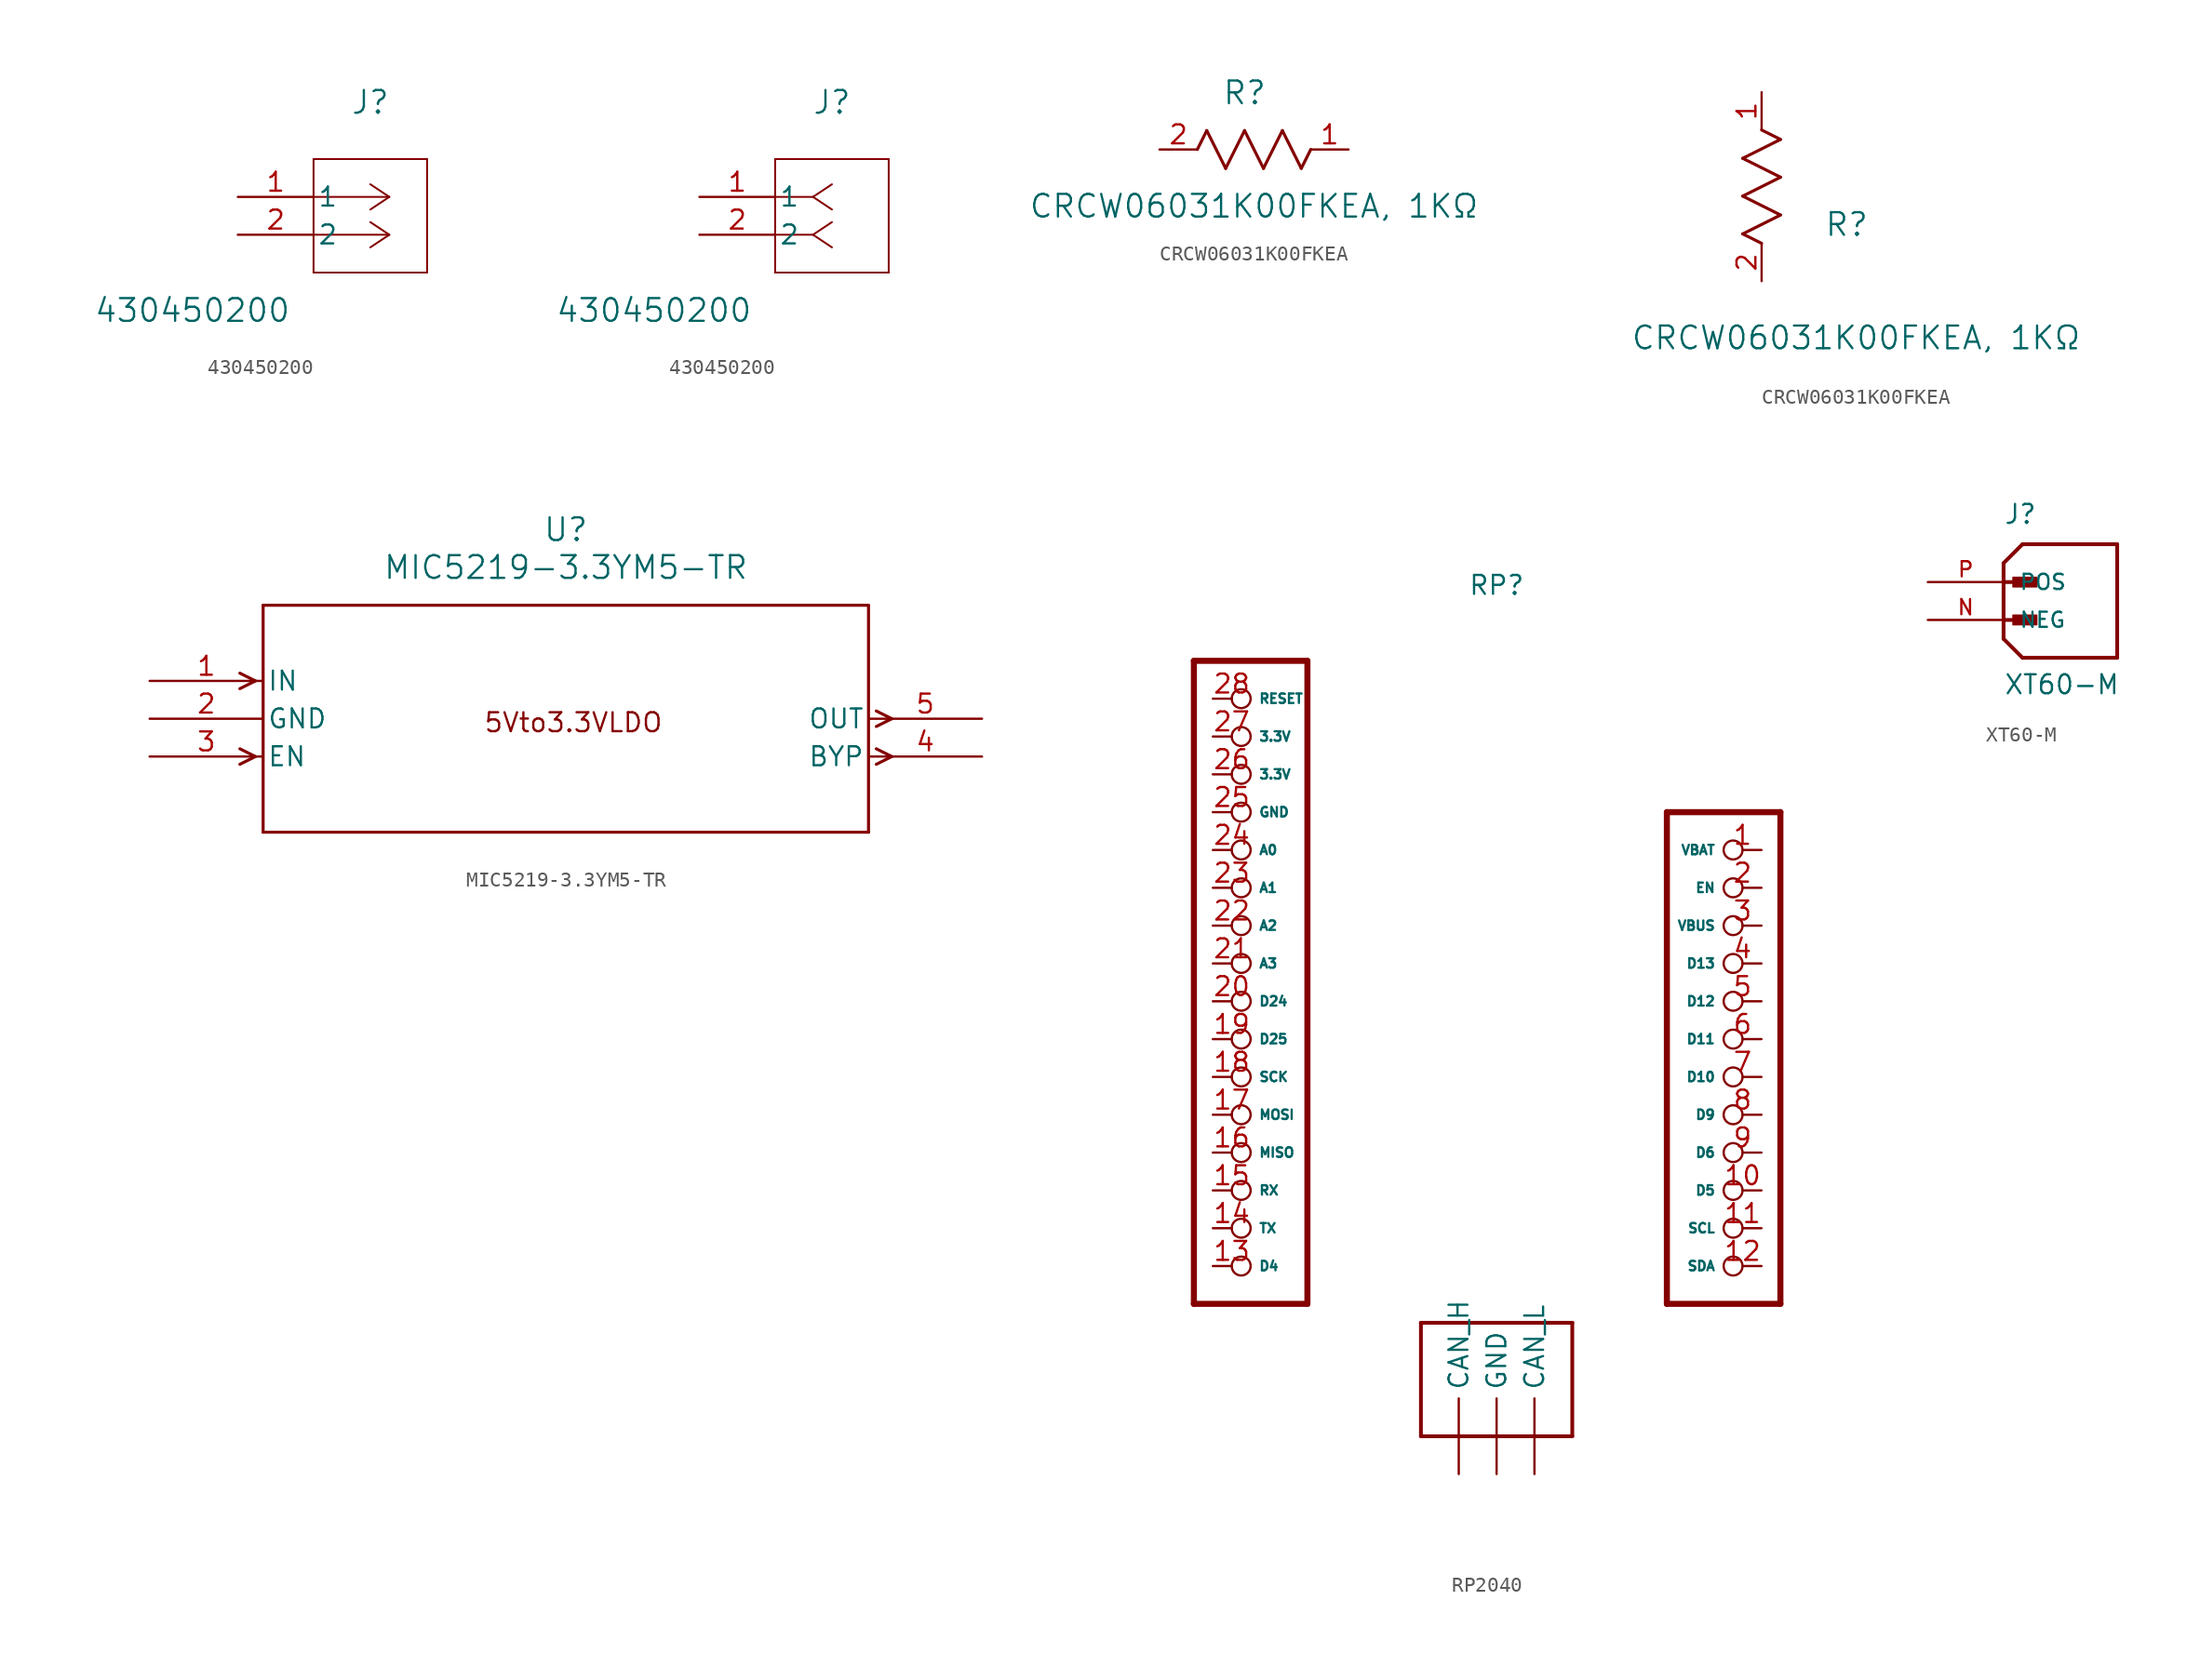
<source format=kicad_sym>
(kicad_symbol_lib
  (version 20241209)
  (generator "kicad_symbol_editor")
  (generator_version "9.0")
  (symbol "430450200"
    (pin_names
      (offset 0.254))
    (property "Reference" "J"
      (at 8.89 6.35 0)
      (effects (font (size 1.524 1.524))))
    (property "Value" "430450200"
      (at -3.048 -7.62 0)
      (effects (font (size 1.524 1.524))))
    (symbol "430450200_1_1"
      (polyline (pts (xy 5.08 2.54) (xy 5.08 -5.08)) (stroke (width 0.127) (type default)) (fill (type none)))
      (polyline (pts (xy 5.08 -5.08) (xy 12.7 -5.08)) (stroke (width 0.127) (type default)) (fill (type none)))
      (polyline (pts (xy 10.16 0) (xy 5.08 0)) (stroke (width 0.127) (type default)) (fill (type none)))
      (polyline (pts (xy 10.16 0) (xy 8.89 0.847)) (stroke (width 0.127) (type default)) (fill (type none)))
      (polyline (pts (xy 10.16 0) (xy 8.89 -0.847)) (stroke (width 0.127) (type default)) (fill (type none)))
      (polyline (pts (xy 10.16 -2.54) (xy 5.08 -2.54)) (stroke (width 0.127) (type default)) (fill (type none)))
      (polyline (pts (xy 10.16 -2.54) (xy 8.89 -1.693)) (stroke (width 0.127) (type default)) (fill (type none)))
      (polyline (pts (xy 10.16 -2.54) (xy 8.89 -3.387)) (stroke (width 0.127) (type default)) (fill (type none)))
      (polyline (pts (xy 12.7 2.54) (xy 5.08 2.54)) (stroke (width 0.127) (type default)) (fill (type none)))
      (polyline (pts (xy 12.7 -5.08) (xy 12.7 2.54)) (stroke (width 0.127) (type default)) (fill (type none)))
      (pin unspecified line (at 0 0 0) (length 5.08) (name "1" (effects (font (size 1.27 1.27)))) (number "1" (effects (font (size 1.27 1.27)))))
      (pin unspecified line (at 0 -2.54 0) (length 5.08) (name "2" (effects (font (size 1.27 1.27)))) (number "2" (effects (font (size 1.27 1.27))))))
    (symbol "430450200_1_2"
      (polyline (pts (xy 5.08 2.54) (xy 5.08 -5.08)) (stroke (width 0.127) (type default)) (fill (type none)))
      (polyline (pts (xy 5.08 -5.08) (xy 12.7 -5.08)) (stroke (width 0.127) (type default)) (fill (type none)))
      (polyline (pts (xy 7.62 0) (xy 5.08 0)) (stroke (width 0.127) (type default)) (fill (type none)))
      (polyline (pts (xy 7.62 0) (xy 8.89 0.847)) (stroke (width 0.127) (type default)) (fill (type none)))
      (polyline (pts (xy 7.62 0) (xy 8.89 -0.847)) (stroke (width 0.127) (type default)) (fill (type none)))
      (polyline (pts (xy 7.62 -2.54) (xy 5.08 -2.54)) (stroke (width 0.127) (type default)) (fill (type none)))
      (polyline (pts (xy 7.62 -2.54) (xy 8.89 -1.693)) (stroke (width 0.127) (type default)) (fill (type none)))
      (polyline (pts (xy 7.62 -2.54) (xy 8.89 -3.387)) (stroke (width 0.127) (type default)) (fill (type none)))
      (polyline (pts (xy 12.7 2.54) (xy 5.08 2.54)) (stroke (width 0.127) (type default)) (fill (type none)))
      (polyline (pts (xy 12.7 -5.08) (xy 12.7 2.54)) (stroke (width 0.127) (type default)) (fill (type none)))
      (pin unspecified line (at 0 0 0) (length 5.08) (name "1" (effects (font (size 1.27 1.27)))) (number "1" (effects (font (size 1.27 1.27)))))
      (pin unspecified line (at 0 -2.54 0) (length 5.08) (name "2" (effects (font (size 1.27 1.27)))) (number "2" (effects (font (size 1.27 1.27)))))))
  (symbol "CRCW06031K00FKEA"
    (pin_names
      (offset 0.254))
    (property "Reference" "R"
      (at 5.715 3.81 0)
      (effects (font (size 1.524 1.524))))
    (property "Value" "CRCW06031K00FKEA, 1KΩ"
      (at 6.35 -3.81 0)
      (effects (font (size 1.524 1.524))))
    (symbol "CRCW06031K00FKEA_1_1"
      (polyline (pts (xy 2.54 0) (xy 3.175 1.27)) (stroke (width 0.203) (type default)) (fill (type none)))
      (polyline (pts (xy 3.175 1.27) (xy 4.445 -1.27)) (stroke (width 0.203) (type default)) (fill (type none)))
      (polyline (pts (xy 4.445 -1.27) (xy 5.715 1.27)) (stroke (width 0.203) (type default)) (fill (type none)))
      (polyline (pts (xy 5.715 1.27) (xy 6.985 -1.27)) (stroke (width 0.203) (type default)) (fill (type none)))
      (polyline (pts (xy 6.985 -1.27) (xy 8.255 1.27)) (stroke (width 0.203) (type default)) (fill (type none)))
      (polyline (pts (xy 8.255 1.27) (xy 9.525 -1.27)) (stroke (width 0.203) (type default)) (fill (type none)))
      (polyline (pts (xy 9.525 -1.27) (xy 10.16 0)) (stroke (width 0.203) (type default)) (fill (type none)))
      (pin passive line (at 0 0 0) (length 2.54) (name "" (effects (font (size 1.27 1.27)))) (number "2" (effects (font (size 1.27 1.27)))))
      (pin passive line (at 12.7 0 180) (length 2.54) (name "" (effects (font (size 1.27 1.27)))) (number "1" (effects (font (size 1.27 1.27))))))
    (symbol "CRCW06031K00FKEA_1_2"
      (polyline (pts (xy -1.27 8.255) (xy 1.27 9.525)) (stroke (width 0.203) (type default)) (fill (type none)))
      (polyline (pts (xy -1.27 5.715) (xy 1.27 6.985)) (stroke (width 0.203) (type default)) (fill (type none)))
      (polyline (pts (xy -1.27 3.175) (xy 1.27 4.445)) (stroke (width 0.203) (type default)) (fill (type none)))
      (polyline (pts (xy 0 2.54) (xy -1.27 3.175)) (stroke (width 0.203) (type default)) (fill (type none)))
      (polyline (pts (xy 1.27 9.525) (xy 0 10.16)) (stroke (width 0.203) (type default)) (fill (type none)))
      (polyline (pts (xy 1.27 6.985) (xy -1.27 8.255)) (stroke (width 0.203) (type default)) (fill (type none)))
      (polyline (pts (xy 1.27 4.445) (xy -1.27 5.715)) (stroke (width 0.203) (type default)) (fill (type none)))
      (pin unspecified line (at 0 12.7 270) (length 2.54) (name "" (effects (font (size 1.27 1.27)))) (number "1" (effects (font (size 1.27 1.27)))))
      (pin unspecified line (at 0 0 90) (length 2.54) (name "" (effects (font (size 1.27 1.27)))) (number "2" (effects (font (size 1.27 1.27)))))))
  (symbol "MIC5219-3.3YM5-TR"
    (pin_names
      (offset 0.254))
    (property "Reference" "U"
      (at 27.94 10.16 0)
      (effects (font (size 1.524 1.524))))
    (property "Value" "MIC5219-3.3YM5-TR"
      (at 27.94 7.62 0)
      (effects (font (size 1.524 1.524))))
    (property "ki_locked" ""
      (at 0 0 0)
      (effects (font (size 1.27 1.27))))
    (symbol "MIC5219-3.3YM5-TR_0_1"
      (polyline (pts (xy 7.099 0) (xy 6.058 0.521)) (stroke (width 0.203) (type default)) (fill (type none)))
      (polyline (pts (xy 7.099 0) (xy 6.058 -0.521)) (stroke (width 0.203) (type default)) (fill (type none)))
      (polyline (pts (xy 7.099 -5.08) (xy 6.058 -4.559)) (stroke (width 0.203) (type default)) (fill (type none)))
      (polyline (pts (xy 7.099 -5.08) (xy 6.058 -5.601)) (stroke (width 0.203) (type default)) (fill (type none)))
      (polyline (pts (xy 7.62 5.08) (xy 7.62 -10.16)) (stroke (width 0.203) (type default)) (fill (type none)))
      (polyline (pts (xy 7.62 -10.16) (xy 48.26 -10.16)) (stroke (width 0.203) (type default)) (fill (type none)))
      (polyline (pts (xy 48.26 5.08) (xy 7.62 5.08)) (stroke (width 0.203) (type default)) (fill (type none)))
      (polyline (pts (xy 48.26 -10.16) (xy 48.26 5.08)) (stroke (width 0.203) (type default)) (fill (type none)))
      (polyline (pts (xy 48.781 -2.019) (xy 49.822 -2.54)) (stroke (width 0.203) (type default)) (fill (type none)))
      (polyline (pts (xy 48.781 -3.061) (xy 49.822 -2.54)) (stroke (width 0.203) (type default)) (fill (type none)))
      (polyline (pts (xy 48.781 -4.559) (xy 49.822 -5.08)) (stroke (width 0.203) (type default)) (fill (type none)))
      (polyline (pts (xy 48.781 -5.601) (xy 49.822 -5.08)) (stroke (width 0.203) (type default)) (fill (type none)))
      (pin input line (at 0 0 0) (length 7.62) (name "IN" (effects (font (size 1.27 1.27)))) (number "1" (effects (font (size 1.27 1.27)))))
      (pin power_in line (at 0 -2.54 0) (length 7.62) (name "GND" (effects (font (size 1.27 1.27)))) (number "2" (effects (font (size 1.27 1.27)))))
      (pin input line (at 0 -5.08 0) (length 7.62) (name "EN" (effects (font (size 1.27 1.27)))) (number "3" (effects (font (size 1.27 1.27)))))
      (pin output line (at 55.88 -2.54 180) (length 7.62) (name "OUT" (effects (font (size 1.27 1.27)))) (number "5" (effects (font (size 1.27 1.27)))))
      (pin output line (at 55.88 -5.08 180) (length 7.62) (name "BYP" (effects (font (size 1.27 1.27)))) (number "4" (effects (font (size 1.27 1.27))))))
    (symbol "MIC5219-3.3YM5-TR_1_1"
      (text "5Vto3.3VLDO" (at 28.448 -2.794 0) (effects (font (size 1.27 1.27))))))
  (symbol "RP2040"
    (property "Reference" "RP"
      (at 0 39.37 0)
      (effects (font (size 1.27 1.27))))
    (property "Value" ""
      (at -1.016 39.624 0)
      (effects (font (size 1.27 1.27))))
    (symbol "RP2040_1_0"
      (polyline (pts (xy -20.32 34.29) (xy -12.7 34.29)) (stroke (width 0.406) (type solid)) (fill (type none)))
      (polyline (pts (xy -20.32 -8.89) (xy -20.32 34.29)) (stroke (width 0.406) (type solid)) (fill (type none)))
      (polyline (pts (xy -12.7 34.29) (xy -12.7 -8.89)) (stroke (width 0.406) (type solid)) (fill (type none)))
      (polyline (pts (xy -12.7 -8.89) (xy -20.32 -8.89)) (stroke (width 0.406) (type solid)) (fill (type none)))
      (polyline (pts (xy -5.08 -10.16) (xy -5.08 -17.78)) (stroke (width 0.254) (type solid)) (fill (type none)))
      (polyline (pts (xy -5.08 -17.78) (xy 5.08 -17.78)) (stroke (width 0.254) (type solid)) (fill (type none)))
      (polyline (pts (xy 5.08 -10.16) (xy -5.08 -10.16)) (stroke (width 0.254) (type solid)) (fill (type none)))
      (polyline (pts (xy 5.08 -17.78) (xy 5.08 -10.16)) (stroke (width 0.254) (type solid)) (fill (type none)))
      (polyline (pts (xy 11.43 24.13) (xy 19.05 24.13)) (stroke (width 0.406) (type solid)) (fill (type none)))
      (polyline (pts (xy 11.43 -8.89) (xy 11.43 24.13)) (stroke (width 0.406) (type solid)) (fill (type none)))
      (polyline (pts (xy 19.05 24.13) (xy 19.05 -8.89)) (stroke (width 0.406) (type solid)) (fill (type none)))
      (polyline (pts (xy 19.05 -8.89) (xy 11.43 -8.89)) (stroke (width 0.406) (type solid)) (fill (type none)))
      (pin passive inverted (at -19.05 31.75 0) (length 2.54) (name "RESET" (effects (font (size 0.635 0.635)))) (number "28" (effects (font (size 1.27 1.27)))))
      (pin passive inverted (at -19.05 29.21 0) (length 2.54) (name "3.3V" (effects (font (size 0.635 0.635)))) (number "27" (effects (font (size 1.27 1.27)))))
      (pin passive inverted (at -19.05 26.67 0) (length 2.54) (name "3.3V" (effects (font (size 0.635 0.635)))) (number "26" (effects (font (size 1.27 1.27)))))
      (pin passive inverted (at -19.05 24.13 0) (length 2.54) (name "GND" (effects (font (size 0.635 0.635)))) (number "25" (effects (font (size 1.27 1.27)))))
      (pin passive inverted (at -19.05 21.59 0) (length 2.54) (name "A0" (effects (font (size 0.635 0.635)))) (number "24" (effects (font (size 1.27 1.27)))))
      (pin passive inverted (at -19.05 19.05 0) (length 2.54) (name "A1" (effects (font (size 0.635 0.635)))) (number "23" (effects (font (size 1.27 1.27)))))
      (pin passive inverted (at -19.05 16.51 0) (length 2.54) (name "A2" (effects (font (size 0.635 0.635)))) (number "22" (effects (font (size 1.27 1.27)))))
      (pin passive inverted (at -19.05 13.97 0) (length 2.54) (name "A3" (effects (font (size 0.635 0.635)))) (number "21" (effects (font (size 1.27 1.27)))))
      (pin passive inverted (at -19.05 11.43 0) (length 2.54) (name "D24" (effects (font (size 0.635 0.635)))) (number "20" (effects (font (size 1.27 1.27)))))
      (pin passive inverted (at -19.05 8.89 0) (length 2.54) (name "D25" (effects (font (size 0.635 0.635)))) (number "19" (effects (font (size 1.27 1.27)))))
      (pin passive inverted (at -19.05 6.35 0) (length 2.54) (name "SCK" (effects (font (size 0.635 0.635)))) (number "18" (effects (font (size 1.27 1.27)))))
      (pin passive inverted (at -19.05 3.81 0) (length 2.54) (name "MOSI" (effects (font (size 0.635 0.635)))) (number "17" (effects (font (size 1.27 1.27)))))
      (pin passive inverted (at -19.05 1.27 0) (length 2.54) (name "MISO" (effects (font (size 0.635 0.635)))) (number "16" (effects (font (size 1.27 1.27)))))
      (pin passive inverted (at -19.05 -1.27 0) (length 2.54) (name "RX" (effects (font (size 0.635 0.635)))) (number "15" (effects (font (size 1.27 1.27)))))
      (pin passive inverted (at -19.05 -3.81 0) (length 2.54) (name "TX" (effects (font (size 0.635 0.635)))) (number "14" (effects (font (size 1.27 1.27)))))
      (pin passive inverted (at -19.05 -6.35 0) (length 2.54) (name "D4" (effects (font (size 0.635 0.635)))) (number "13" (effects (font (size 1.27 1.27)))))
      (pin passive line (at -2.54 -20.32 90) (length 5.08) (name "CAN_H" (effects (font (size 1.27 1.27)))) (number "31" (effects (font (size 0 0)))))
      (pin passive line (at 0 -20.32 90) (length 5.08) (name "GND" (effects (font (size 1.27 1.27)))) (number "30" (effects (font (size 0 0)))))
      (pin passive line (at 2.54 -20.32 90) (length 5.08) (name "CAN_L" (effects (font (size 1.27 1.27)))) (number "29" (effects (font (size 0 0)))))
      (pin passive inverted (at 17.78 21.59 180) (length 2.54) (name "VBAT" (effects (font (size 0.635 0.635)))) (number "1" (effects (font (size 1.27 1.27)))))
      (pin passive inverted (at 17.78 19.05 180) (length 2.54) (name "EN" (effects (font (size 0.635 0.635)))) (number "2" (effects (font (size 1.27 1.27)))))
      (pin passive inverted (at 17.78 16.51 180) (length 2.54) (name "VBUS" (effects (font (size 0.635 0.635)))) (number "3" (effects (font (size 1.27 1.27)))))
      (pin passive inverted (at 17.78 13.97 180) (length 2.54) (name "D13" (effects (font (size 0.635 0.635)))) (number "4" (effects (font (size 1.27 1.27)))))
      (pin passive inverted (at 17.78 11.43 180) (length 2.54) (name "D12" (effects (font (size 0.635 0.635)))) (number "5" (effects (font (size 1.27 1.27)))))
      (pin passive inverted (at 17.78 8.89 180) (length 2.54) (name "D11" (effects (font (size 0.635 0.635)))) (number "6" (effects (font (size 1.27 1.27)))))
      (pin passive inverted (at 17.78 6.35 180) (length 2.54) (name "D10" (effects (font (size 0.635 0.635)))) (number "7" (effects (font (size 1.27 1.27)))))
      (pin passive inverted (at 17.78 3.81 180) (length 2.54) (name "D9" (effects (font (size 0.635 0.635)))) (number "8" (effects (font (size 1.27 1.27)))))
      (pin passive inverted (at 17.78 1.27 180) (length 2.54) (name "D6" (effects (font (size 0.635 0.635)))) (number "9" (effects (font (size 1.27 1.27)))))
      (pin passive inverted (at 17.78 -1.27 180) (length 2.54) (name "D5" (effects (font (size 0.635 0.635)))) (number "10" (effects (font (size 1.27 1.27)))))
      (pin passive inverted (at 17.78 -3.81 180) (length 2.54) (name "SCL" (effects (font (size 0.635 0.635)))) (number "11" (effects (font (size 1.27 1.27)))))
      (pin passive inverted (at 17.78 -6.35 180) (length 2.54) (name "SDA" (effects (font (size 0.635 0.635)))) (number "12" (effects (font (size 1.27 1.27)))))))
  (symbol "XT60-M"
    (pin_names
      (offset 1.016))
    (property "Reference" "J"
      (at 0 6.35 0)
      (effects (font (size 1.27 1.27)) (justify left bottom)))
    (property "Value" "XT60-M"
      (at 0 -5.08 0)
      (effects (font (size 1.27 1.27)) (justify left bottom)))
    (symbol "XT60-M_0_0"
      (polyline (pts (xy 0 3.81) (xy 0 2.54)) (stroke (width 0.254) (type default)) (fill (type none)))
      (polyline (pts (xy 0 3.81) (xy 1.27 5.08)) (stroke (width 0.254) (type default)) (fill (type none)))
      (polyline (pts (xy 0 2.54) (xy 0 -1.27)) (stroke (width 0.254) (type default)) (fill (type none)))
      (polyline (pts (xy 0 2.54) (xy 1.905 2.54)) (stroke (width 0.254) (type default)) (fill (type none)))
      (polyline (pts (xy 0 0) (xy 1.905 0)) (stroke (width 0.254) (type default)) (fill (type none)))
      (polyline (pts (xy 0 -1.27) (xy 1.27 -2.54)) (stroke (width 0.254) (type default)) (fill (type none)))
      (rectangle (start 0.635 2.223) (end 2.223 2.857) (stroke (width 0.1) (type default)) (fill (type outline)))
      (rectangle (start 0.635 -0.318) (end 2.223 0.318) (stroke (width 0.1) (type default)) (fill (type outline)))
      (polyline (pts (xy 1.27 -2.54) (xy 7.62 -2.54)) (stroke (width 0.254) (type default)) (fill (type none)))
      (polyline (pts (xy 7.62 5.08) (xy 1.27 5.08)) (stroke (width 0.254) (type default)) (fill (type none)))
      (polyline (pts (xy 7.62 -2.54) (xy 7.62 5.08)) (stroke (width 0.254) (type default)) (fill (type none)))
      (pin passive line (at -5.08 2.54 0) (length 5.08) (name "POS" (effects (font (size 1.016 1.016)))) (number "P" (effects (font (size 1.016 1.016)))))
      (pin passive line (at -5.08 0 0) (length 5.08) (name "NEG" (effects (font (size 1.016 1.016)))) (number "N" (effects (font (size 1.016 1.016))))))))
</source>
